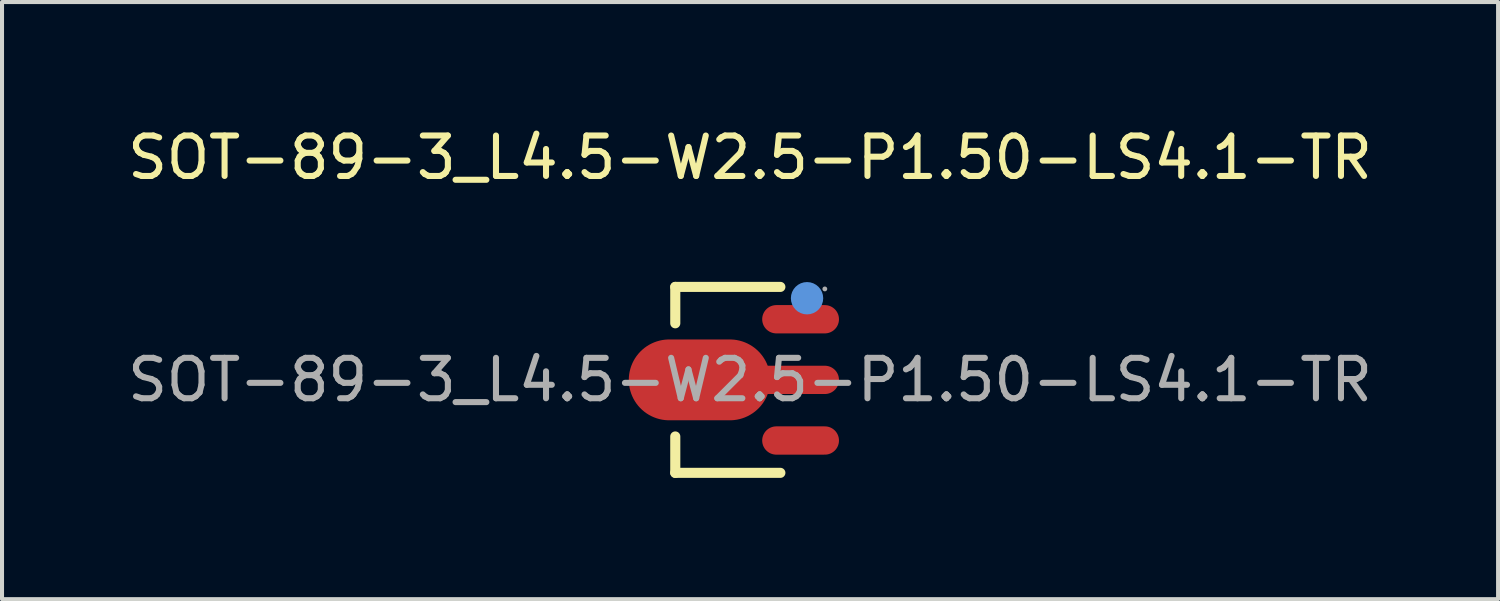
<source format=kicad_pcb>
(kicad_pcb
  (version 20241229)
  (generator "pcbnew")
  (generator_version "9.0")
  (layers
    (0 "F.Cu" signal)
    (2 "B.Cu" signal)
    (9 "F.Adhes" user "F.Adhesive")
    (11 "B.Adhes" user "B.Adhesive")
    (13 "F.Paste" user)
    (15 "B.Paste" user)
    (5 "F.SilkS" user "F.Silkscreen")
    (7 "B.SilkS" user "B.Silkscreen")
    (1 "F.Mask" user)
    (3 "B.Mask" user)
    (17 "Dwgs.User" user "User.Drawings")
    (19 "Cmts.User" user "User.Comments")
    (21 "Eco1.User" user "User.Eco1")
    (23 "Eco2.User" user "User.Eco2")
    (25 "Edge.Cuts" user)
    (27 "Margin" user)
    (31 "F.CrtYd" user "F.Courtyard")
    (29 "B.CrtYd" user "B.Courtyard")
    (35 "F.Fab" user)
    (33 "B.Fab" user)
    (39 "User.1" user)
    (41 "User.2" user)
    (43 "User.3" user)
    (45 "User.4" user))
  (footprint "SOT-89-3_L4.5-W2.5-P1.50-LS4.1-TR"
    (layer "F.Cu")
    (at 15.506 6.348)
    (property "Reference" "SOT-89-3_L4.5-W2.5-P1.50-LS4.1-TR" (at 0 -5.5 0) (layer "F.SilkS") (effects (font (size 1 1) (thickness 0.15))))
    (attr smd)
    (fp_line (start -1.85 -2.3) (end 0.75 -2.3) (stroke (width 0.25) (type solid)) (layer "F.SilkS"))
    (fp_line (start -1.85 -1.4) (end -1.85 -2.3) (stroke (width 0.25) (type solid)) (layer "F.SilkS"))
    (fp_line (start -1.85 2.3) (end -1.85 1.4) (stroke (width 0.25) (type solid)) (layer "F.SilkS"))
    (fp_line (start 0.75 2.3) (end -1.85 2.3) (stroke (width 0.25) (type solid)) (layer "F.SilkS"))
    (fp_circle (center 1.41 -2.02) (end 1.61 -2.02) (stroke (width 0.4) (type solid)) (fill no) (layer "Cmts.User"))
    (fp_circle (center 1.85 -2.25) (end 1.88 -2.25) (stroke (width 0.06) (type solid)) (fill no) (layer "F.Fab"))
    (fp_text user "${REFERENCE}" (at 0 0 0) (layer "F.Fab") (effects (font (size 1 1) (thickness 0.15))))
    (pad "1" smd oval (at 1.25 -1.5 270) (size 0.7 1.9) (layers "F.Cu" "F.Mask" "F.Paste"))
    (pad "2" smd oval (at -1.25 0 270) (size 2 3.5) (layers "F.Cu" "F.Mask" "F.Paste"))
    (pad "2" smd oval (at 1.15 0 270) (size 0.7 2.1) (layers "F.Cu" "F.Mask" "F.Paste"))
    (pad "3" smd oval (at 1.25 1.5 270) (size 0.7 1.9) (layers "F.Cu" "F.Mask" "F.Paste")))
  (gr_rect
    (start -3 -3)
    (end 34.012 11.773)
    (stroke (width 0.1) (type default))
    (fill no)
    (layer "Edge.Cuts")))
</source>
